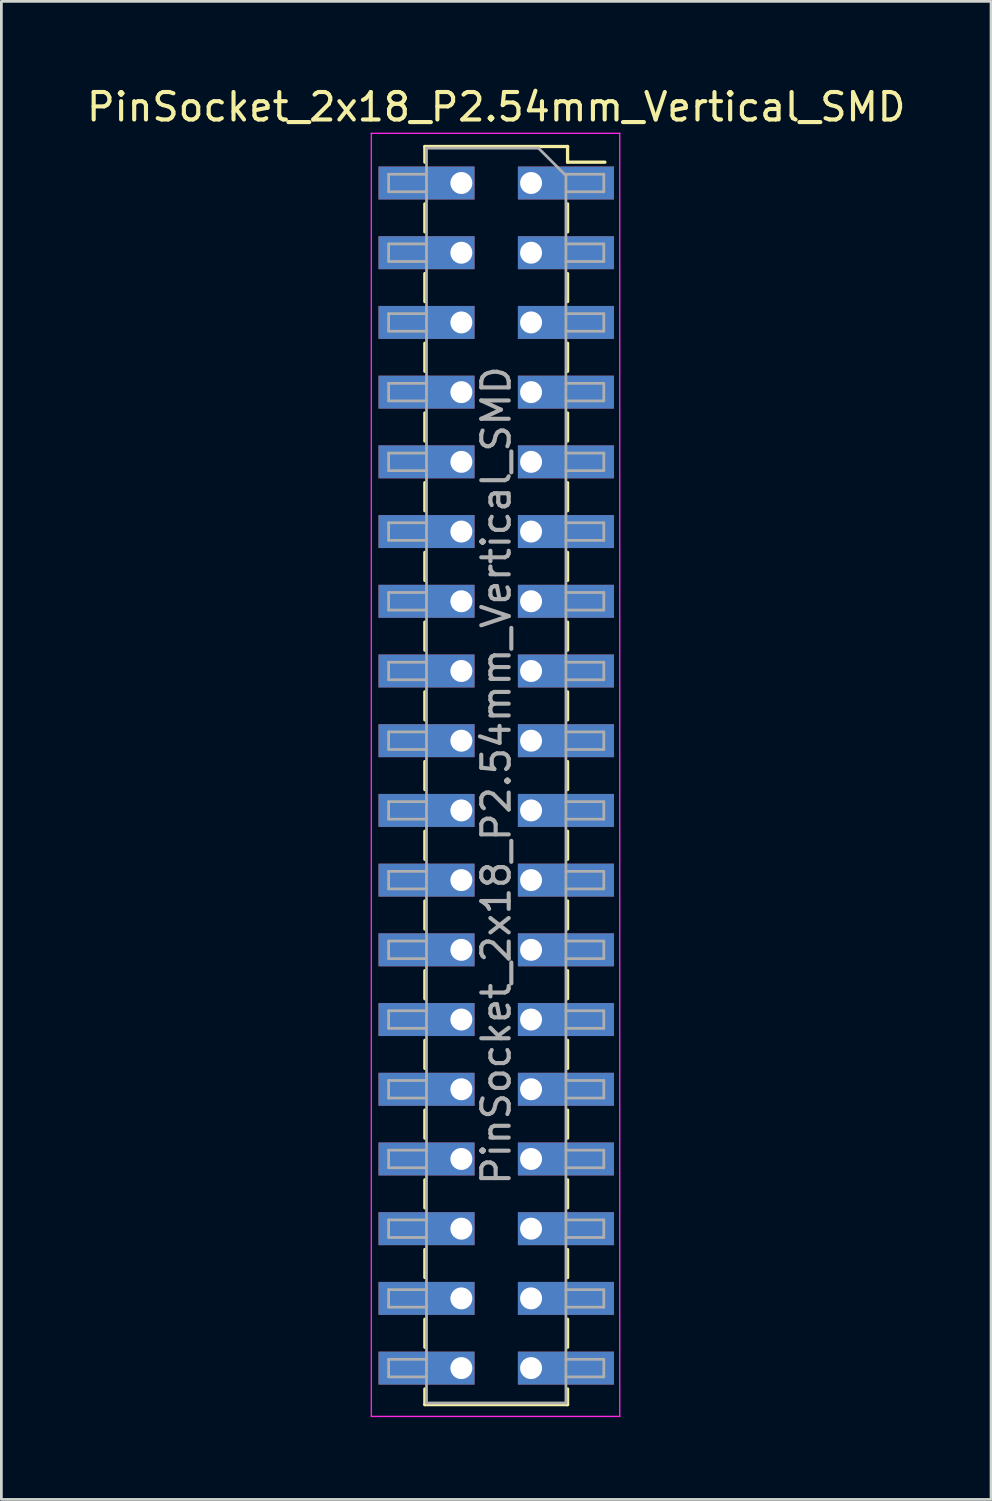
<source format=kicad_pcb>
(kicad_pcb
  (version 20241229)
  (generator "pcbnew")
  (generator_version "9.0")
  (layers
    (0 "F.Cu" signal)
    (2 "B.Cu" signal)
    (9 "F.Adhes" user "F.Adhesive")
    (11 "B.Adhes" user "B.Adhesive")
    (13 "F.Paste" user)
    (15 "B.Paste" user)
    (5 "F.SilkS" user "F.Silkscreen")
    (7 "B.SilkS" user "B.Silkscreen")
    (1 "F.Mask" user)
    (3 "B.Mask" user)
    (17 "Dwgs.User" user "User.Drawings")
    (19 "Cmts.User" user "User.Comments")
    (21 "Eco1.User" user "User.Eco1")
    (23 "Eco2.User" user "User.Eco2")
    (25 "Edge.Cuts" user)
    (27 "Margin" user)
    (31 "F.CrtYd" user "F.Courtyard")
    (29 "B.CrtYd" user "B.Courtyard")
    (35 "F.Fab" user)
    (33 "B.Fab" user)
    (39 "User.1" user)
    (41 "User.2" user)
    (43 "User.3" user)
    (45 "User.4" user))
  (footprint "PinSocket_2x18_P2.54mm_Vertical_SMD"
    (layer "F.Cu")
    (at 15.03 25.208)
    (property "Reference" "PinSocket_2x18_P2.54mm_Vertical_SMD" (at 0 -24.36 0) (layer "F.SilkS") (effects (font (size 1 1) (thickness 0.15))))
    (attr smd)
    (fp_line (start -2.6 -22.92) (end -2.6 -22.35) (stroke (width 0.12) (type solid)) (layer "F.SilkS"))
    (fp_line (start -2.6 -22.92) (end 2.6 -22.92) (stroke (width 0.12) (type solid)) (layer "F.SilkS"))
    (fp_line (start -2.6 -20.83) (end -2.6 -19.81) (stroke (width 0.12) (type solid)) (layer "F.SilkS"))
    (fp_line (start -2.6 -18.29) (end -2.6 -17.27) (stroke (width 0.12) (type solid)) (layer "F.SilkS"))
    (fp_line (start -2.6 -15.75) (end -2.6 -14.73) (stroke (width 0.12) (type solid)) (layer "F.SilkS"))
    (fp_line (start -2.6 -13.21) (end -2.6 -12.19) (stroke (width 0.12) (type solid)) (layer "F.SilkS"))
    (fp_line (start -2.6 -10.67) (end -2.6 -9.65) (stroke (width 0.12) (type solid)) (layer "F.SilkS"))
    (fp_line (start -2.6 -8.13) (end -2.6 -7.11) (stroke (width 0.12) (type solid)) (layer "F.SilkS"))
    (fp_line (start -2.6 -5.59) (end -2.6 -4.57) (stroke (width 0.12) (type solid)) (layer "F.SilkS"))
    (fp_line (start -2.6 -3.05) (end -2.6 -2.03) (stroke (width 0.12) (type solid)) (layer "F.SilkS"))
    (fp_line (start -2.6 -0.51) (end -2.6 0.51) (stroke (width 0.12) (type solid)) (layer "F.SilkS"))
    (fp_line (start -2.6 2.03) (end -2.6 3.05) (stroke (width 0.12) (type solid)) (layer "F.SilkS"))
    (fp_line (start -2.6 4.57) (end -2.6 5.59) (stroke (width 0.12) (type solid)) (layer "F.SilkS"))
    (fp_line (start -2.6 7.11) (end -2.6 8.13) (stroke (width 0.12) (type solid)) (layer "F.SilkS"))
    (fp_line (start -2.6 9.65) (end -2.6 10.67) (stroke (width 0.12) (type solid)) (layer "F.SilkS"))
    (fp_line (start -2.6 12.19) (end -2.6 13.21) (stroke (width 0.12) (type solid)) (layer "F.SilkS"))
    (fp_line (start -2.6 14.73) (end -2.6 15.75) (stroke (width 0.12) (type solid)) (layer "F.SilkS"))
    (fp_line (start -2.6 17.27) (end -2.6 18.29) (stroke (width 0.12) (type solid)) (layer "F.SilkS"))
    (fp_line (start -2.6 19.81) (end -2.6 20.83) (stroke (width 0.12) (type solid)) (layer "F.SilkS"))
    (fp_line (start -2.6 22.35) (end -2.6 22.92) (stroke (width 0.12) (type solid)) (layer "F.SilkS"))
    (fp_line (start -2.6 22.92) (end 2.6 22.92) (stroke (width 0.12) (type solid)) (layer "F.SilkS"))
    (fp_line (start 2.6 -22.92) (end 2.6 -22.35) (stroke (width 0.12) (type solid)) (layer "F.SilkS"))
    (fp_line (start 2.6 -22.35) (end 3.96 -22.35) (stroke (width 0.12) (type solid)) (layer "F.SilkS"))
    (fp_line (start 2.6 -20.83) (end 2.6 -19.81) (stroke (width 0.12) (type solid)) (layer "F.SilkS"))
    (fp_line (start 2.6 -18.29) (end 2.6 -17.27) (stroke (width 0.12) (type solid)) (layer "F.SilkS"))
    (fp_line (start 2.6 -15.75) (end 2.6 -14.73) (stroke (width 0.12) (type solid)) (layer "F.SilkS"))
    (fp_line (start 2.6 -13.21) (end 2.6 -12.19) (stroke (width 0.12) (type solid)) (layer "F.SilkS"))
    (fp_line (start 2.6 -10.67) (end 2.6 -9.65) (stroke (width 0.12) (type solid)) (layer "F.SilkS"))
    (fp_line (start 2.6 -8.13) (end 2.6 -7.11) (stroke (width 0.12) (type solid)) (layer "F.SilkS"))
    (fp_line (start 2.6 -5.59) (end 2.6 -4.57) (stroke (width 0.12) (type solid)) (layer "F.SilkS"))
    (fp_line (start 2.6 -3.05) (end 2.6 -2.03) (stroke (width 0.12) (type solid)) (layer "F.SilkS"))
    (fp_line (start 2.6 -0.51) (end 2.6 0.51) (stroke (width 0.12) (type solid)) (layer "F.SilkS"))
    (fp_line (start 2.6 2.03) (end 2.6 3.05) (stroke (width 0.12) (type solid)) (layer "F.SilkS"))
    (fp_line (start 2.6 4.57) (end 2.6 5.59) (stroke (width 0.12) (type solid)) (layer "F.SilkS"))
    (fp_line (start 2.6 7.11) (end 2.6 8.13) (stroke (width 0.12) (type solid)) (layer "F.SilkS"))
    (fp_line (start 2.6 9.65) (end 2.6 10.67) (stroke (width 0.12) (type solid)) (layer "F.SilkS"))
    (fp_line (start 2.6 12.19) (end 2.6 13.21) (stroke (width 0.12) (type solid)) (layer "F.SilkS"))
    (fp_line (start 2.6 14.73) (end 2.6 15.75) (stroke (width 0.12) (type solid)) (layer "F.SilkS"))
    (fp_line (start 2.6 17.27) (end 2.6 18.29) (stroke (width 0.12) (type solid)) (layer "F.SilkS"))
    (fp_line (start 2.6 19.81) (end 2.6 20.83) (stroke (width 0.12) (type solid)) (layer "F.SilkS"))
    (fp_line (start 2.6 22.35) (end 2.6 22.92) (stroke (width 0.12) (type solid)) (layer "F.SilkS"))
    (fp_line (start -4.55 -23.4) (end 4.5 -23.4) (stroke (width 0.05) (type solid)) (layer "F.CrtYd"))
    (fp_line (start -4.55 23.35) (end -4.55 -23.4) (stroke (width 0.05) (type solid)) (layer "F.CrtYd"))
    (fp_line (start 4.5 -23.4) (end 4.5 23.35) (stroke (width 0.05) (type solid)) (layer "F.CrtYd"))
    (fp_line (start 4.5 23.35) (end -4.55 23.35) (stroke (width 0.05) (type solid)) (layer "F.CrtYd"))
    (fp_line (start -3.92 -21.91) (end -2.54 -21.91) (stroke (width 0.1) (type solid)) (layer "F.Fab"))
    (fp_line (start -3.92 -21.27) (end -3.92 -21.91) (stroke (width 0.1) (type solid)) (layer "F.Fab"))
    (fp_line (start -3.92 -19.37) (end -2.54 -19.37) (stroke (width 0.1) (type solid)) (layer "F.Fab"))
    (fp_line (start -3.92 -18.73) (end -3.92 -19.37) (stroke (width 0.1) (type solid)) (layer "F.Fab"))
    (fp_line (start -3.92 -16.83) (end -2.54 -16.83) (stroke (width 0.1) (type solid)) (layer "F.Fab"))
    (fp_line (start -3.92 -16.19) (end -3.92 -16.83) (stroke (width 0.1) (type solid)) (layer "F.Fab"))
    (fp_line (start -3.92 -14.29) (end -2.54 -14.29) (stroke (width 0.1) (type solid)) (layer "F.Fab"))
    (fp_line (start -3.92 -13.65) (end -3.92 -14.29) (stroke (width 0.1) (type solid)) (layer "F.Fab"))
    (fp_line (start -3.92 -11.75) (end -2.54 -11.75) (stroke (width 0.1) (type solid)) (layer "F.Fab"))
    (fp_line (start -3.92 -11.11) (end -3.92 -11.75) (stroke (width 0.1) (type solid)) (layer "F.Fab"))
    (fp_line (start -3.92 -9.21) (end -2.54 -9.21) (stroke (width 0.1) (type solid)) (layer "F.Fab"))
    (fp_line (start -3.92 -8.57) (end -3.92 -9.21) (stroke (width 0.1) (type solid)) (layer "F.Fab"))
    (fp_line (start -3.92 -6.67) (end -2.54 -6.67) (stroke (width 0.1) (type solid)) (layer "F.Fab"))
    (fp_line (start -3.92 -6.03) (end -3.92 -6.67) (stroke (width 0.1) (type solid)) (layer "F.Fab"))
    (fp_line (start -3.92 -4.13) (end -2.54 -4.13) (stroke (width 0.1) (type solid)) (layer "F.Fab"))
    (fp_line (start -3.92 -3.49) (end -3.92 -4.13) (stroke (width 0.1) (type solid)) (layer "F.Fab"))
    (fp_line (start -3.92 -1.59) (end -2.54 -1.59) (stroke (width 0.1) (type solid)) (layer "F.Fab"))
    (fp_line (start -3.92 -0.95) (end -3.92 -1.59) (stroke (width 0.1) (type solid)) (layer "F.Fab"))
    (fp_line (start -3.92 0.95) (end -2.54 0.95) (stroke (width 0.1) (type solid)) (layer "F.Fab"))
    (fp_line (start -3.92 1.59) (end -3.92 0.95) (stroke (width 0.1) (type solid)) (layer "F.Fab"))
    (fp_line (start -3.92 3.49) (end -2.54 3.49) (stroke (width 0.1) (type solid)) (layer "F.Fab"))
    (fp_line (start -3.92 4.13) (end -3.92 3.49) (stroke (width 0.1) (type solid)) (layer "F.Fab"))
    (fp_line (start -3.92 6.03) (end -2.54 6.03) (stroke (width 0.1) (type solid)) (layer "F.Fab"))
    (fp_line (start -3.92 6.67) (end -3.92 6.03) (stroke (width 0.1) (type solid)) (layer "F.Fab"))
    (fp_line (start -3.92 8.57) (end -2.54 8.57) (stroke (width 0.1) (type solid)) (layer "F.Fab"))
    (fp_line (start -3.92 9.21) (end -3.92 8.57) (stroke (width 0.1) (type solid)) (layer "F.Fab"))
    (fp_line (start -3.92 11.11) (end -2.54 11.11) (stroke (width 0.1) (type solid)) (layer "F.Fab"))
    (fp_line (start -3.92 11.75) (end -3.92 11.11) (stroke (width 0.1) (type solid)) (layer "F.Fab"))
    (fp_line (start -3.92 13.65) (end -2.54 13.65) (stroke (width 0.1) (type solid)) (layer "F.Fab"))
    (fp_line (start -3.92 14.29) (end -3.92 13.65) (stroke (width 0.1) (type solid)) (layer "F.Fab"))
    (fp_line (start -3.92 16.19) (end -2.54 16.19) (stroke (width 0.1) (type solid)) (layer "F.Fab"))
    (fp_line (start -3.92 16.83) (end -3.92 16.19) (stroke (width 0.1) (type solid)) (layer "F.Fab"))
    (fp_line (start -3.92 18.73) (end -2.54 18.73) (stroke (width 0.1) (type solid)) (layer "F.Fab"))
    (fp_line (start -3.92 19.37) (end -3.92 18.73) (stroke (width 0.1) (type solid)) (layer "F.Fab"))
    (fp_line (start -3.92 21.27) (end -2.54 21.27) (stroke (width 0.1) (type solid)) (layer "F.Fab"))
    (fp_line (start -3.92 21.91) (end -3.92 21.27) (stroke (width 0.1) (type solid)) (layer "F.Fab"))
    (fp_line (start -2.54 -22.86) (end 1.54 -22.86) (stroke (width 0.1) (type solid)) (layer "F.Fab"))
    (fp_line (start -2.54 -21.27) (end -3.92 -21.27) (stroke (width 0.1) (type solid)) (layer "F.Fab"))
    (fp_line (start -2.54 -18.73) (end -3.92 -18.73) (stroke (width 0.1) (type solid)) (layer "F.Fab"))
    (fp_line (start -2.54 -16.19) (end -3.92 -16.19) (stroke (width 0.1) (type solid)) (layer "F.Fab"))
    (fp_line (start -2.54 -13.65) (end -3.92 -13.65) (stroke (width 0.1) (type solid)) (layer "F.Fab"))
    (fp_line (start -2.54 -11.11) (end -3.92 -11.11) (stroke (width 0.1) (type solid)) (layer "F.Fab"))
    (fp_line (start -2.54 -8.57) (end -3.92 -8.57) (stroke (width 0.1) (type solid)) (layer "F.Fab"))
    (fp_line (start -2.54 -6.03) (end -3.92 -6.03) (stroke (width 0.1) (type solid)) (layer "F.Fab"))
    (fp_line (start -2.54 -3.49) (end -3.92 -3.49) (stroke (width 0.1) (type solid)) (layer "F.Fab"))
    (fp_line (start -2.54 -0.95) (end -3.92 -0.95) (stroke (width 0.1) (type solid)) (layer "F.Fab"))
    (fp_line (start -2.54 1.59) (end -3.92 1.59) (stroke (width 0.1) (type solid)) (layer "F.Fab"))
    (fp_line (start -2.54 4.13) (end -3.92 4.13) (stroke (width 0.1) (type solid)) (layer "F.Fab"))
    (fp_line (start -2.54 6.67) (end -3.92 6.67) (stroke (width 0.1) (type solid)) (layer "F.Fab"))
    (fp_line (start -2.54 9.21) (end -3.92 9.21) (stroke (width 0.1) (type solid)) (layer "F.Fab"))
    (fp_line (start -2.54 11.75) (end -3.92 11.75) (stroke (width 0.1) (type solid)) (layer "F.Fab"))
    (fp_line (start -2.54 14.29) (end -3.92 14.29) (stroke (width 0.1) (type solid)) (layer "F.Fab"))
    (fp_line (start -2.54 16.83) (end -3.92 16.83) (stroke (width 0.1) (type solid)) (layer "F.Fab"))
    (fp_line (start -2.54 19.37) (end -3.92 19.37) (stroke (width 0.1) (type solid)) (layer "F.Fab"))
    (fp_line (start -2.54 21.91) (end -3.92 21.91) (stroke (width 0.1) (type solid)) (layer "F.Fab"))
    (fp_line (start -2.54 22.86) (end -2.54 -22.86) (stroke (width 0.1) (type solid)) (layer "F.Fab"))
    (fp_line (start 1.54 -22.86) (end 2.54 -21.86) (stroke (width 0.1) (type solid)) (layer "F.Fab"))
    (fp_line (start 2.54 -21.91) (end 3.92 -21.91) (stroke (width 0.1) (type solid)) (layer "F.Fab"))
    (fp_line (start 2.54 -21.86) (end 2.54 22.86) (stroke (width 0.1) (type solid)) (layer "F.Fab"))
    (fp_line (start 2.54 -19.37) (end 3.92 -19.37) (stroke (width 0.1) (type solid)) (layer "F.Fab"))
    (fp_line (start 2.54 -16.83) (end 3.92 -16.83) (stroke (width 0.1) (type solid)) (layer "F.Fab"))
    (fp_line (start 2.54 -14.29) (end 3.92 -14.29) (stroke (width 0.1) (type solid)) (layer "F.Fab"))
    (fp_line (start 2.54 -11.75) (end 3.92 -11.75) (stroke (width 0.1) (type solid)) (layer "F.Fab"))
    (fp_line (start 2.54 -9.21) (end 3.92 -9.21) (stroke (width 0.1) (type solid)) (layer "F.Fab"))
    (fp_line (start 2.54 -6.67) (end 3.92 -6.67) (stroke (width 0.1) (type solid)) (layer "F.Fab"))
    (fp_line (start 2.54 -4.13) (end 3.92 -4.13) (stroke (width 0.1) (type solid)) (layer "F.Fab"))
    (fp_line (start 2.54 -1.59) (end 3.92 -1.59) (stroke (width 0.1) (type solid)) (layer "F.Fab"))
    (fp_line (start 2.54 0.95) (end 3.92 0.95) (stroke (width 0.1) (type solid)) (layer "F.Fab"))
    (fp_line (start 2.54 3.49) (end 3.92 3.49) (stroke (width 0.1) (type solid)) (layer "F.Fab"))
    (fp_line (start 2.54 6.03) (end 3.92 6.03) (stroke (width 0.1) (type solid)) (layer "F.Fab"))
    (fp_line (start 2.54 8.57) (end 3.92 8.57) (stroke (width 0.1) (type solid)) (layer "F.Fab"))
    (fp_line (start 2.54 11.11) (end 3.92 11.11) (stroke (width 0.1) (type solid)) (layer "F.Fab"))
    (fp_line (start 2.54 13.65) (end 3.92 13.65) (stroke (width 0.1) (type solid)) (layer "F.Fab"))
    (fp_line (start 2.54 16.19) (end 3.92 16.19) (stroke (width 0.1) (type solid)) (layer "F.Fab"))
    (fp_line (start 2.54 18.73) (end 3.92 18.73) (stroke (width 0.1) (type solid)) (layer "F.Fab"))
    (fp_line (start 2.54 21.27) (end 3.92 21.27) (stroke (width 0.1) (type solid)) (layer "F.Fab"))
    (fp_line (start 2.54 22.86) (end -2.54 22.86) (stroke (width 0.1) (type solid)) (layer "F.Fab"))
    (fp_line (start 3.92 -21.91) (end 3.92 -21.27) (stroke (width 0.1) (type solid)) (layer "F.Fab"))
    (fp_line (start 3.92 -21.27) (end 2.54 -21.27) (stroke (width 0.1) (type solid)) (layer "F.Fab"))
    (fp_line (start 3.92 -19.37) (end 3.92 -18.73) (stroke (width 0.1) (type solid)) (layer "F.Fab"))
    (fp_line (start 3.92 -18.73) (end 2.54 -18.73) (stroke (width 0.1) (type solid)) (layer "F.Fab"))
    (fp_line (start 3.92 -16.83) (end 3.92 -16.19) (stroke (width 0.1) (type solid)) (layer "F.Fab"))
    (fp_line (start 3.92 -16.19) (end 2.54 -16.19) (stroke (width 0.1) (type solid)) (layer "F.Fab"))
    (fp_line (start 3.92 -14.29) (end 3.92 -13.65) (stroke (width 0.1) (type solid)) (layer "F.Fab"))
    (fp_line (start 3.92 -13.65) (end 2.54 -13.65) (stroke (width 0.1) (type solid)) (layer "F.Fab"))
    (fp_line (start 3.92 -11.75) (end 3.92 -11.11) (stroke (width 0.1) (type solid)) (layer "F.Fab"))
    (fp_line (start 3.92 -11.11) (end 2.54 -11.11) (stroke (width 0.1) (type solid)) (layer "F.Fab"))
    (fp_line (start 3.92 -9.21) (end 3.92 -8.57) (stroke (width 0.1) (type solid)) (layer "F.Fab"))
    (fp_line (start 3.92 -8.57) (end 2.54 -8.57) (stroke (width 0.1) (type solid)) (layer "F.Fab"))
    (fp_line (start 3.92 -6.67) (end 3.92 -6.03) (stroke (width 0.1) (type solid)) (layer "F.Fab"))
    (fp_line (start 3.92 -6.03) (end 2.54 -6.03) (stroke (width 0.1) (type solid)) (layer "F.Fab"))
    (fp_line (start 3.92 -4.13) (end 3.92 -3.49) (stroke (width 0.1) (type solid)) (layer "F.Fab"))
    (fp_line (start 3.92 -3.49) (end 2.54 -3.49) (stroke (width 0.1) (type solid)) (layer "F.Fab"))
    (fp_line (start 3.92 -1.59) (end 3.92 -0.95) (stroke (width 0.1) (type solid)) (layer "F.Fab"))
    (fp_line (start 3.92 -0.95) (end 2.54 -0.95) (stroke (width 0.1) (type solid)) (layer "F.Fab"))
    (fp_line (start 3.92 0.95) (end 3.92 1.59) (stroke (width 0.1) (type solid)) (layer "F.Fab"))
    (fp_line (start 3.92 1.59) (end 2.54 1.59) (stroke (width 0.1) (type solid)) (layer "F.Fab"))
    (fp_line (start 3.92 3.49) (end 3.92 4.13) (stroke (width 0.1) (type solid)) (layer "F.Fab"))
    (fp_line (start 3.92 4.13) (end 2.54 4.13) (stroke (width 0.1) (type solid)) (layer "F.Fab"))
    (fp_line (start 3.92 6.03) (end 3.92 6.67) (stroke (width 0.1) (type solid)) (layer "F.Fab"))
    (fp_line (start 3.92 6.67) (end 2.54 6.67) (stroke (width 0.1) (type solid)) (layer "F.Fab"))
    (fp_line (start 3.92 8.57) (end 3.92 9.21) (stroke (width 0.1) (type solid)) (layer "F.Fab"))
    (fp_line (start 3.92 9.21) (end 2.54 9.21) (stroke (width 0.1) (type solid)) (layer "F.Fab"))
    (fp_line (start 3.92 11.11) (end 3.92 11.75) (stroke (width 0.1) (type solid)) (layer "F.Fab"))
    (fp_line (start 3.92 11.75) (end 2.54 11.75) (stroke (width 0.1) (type solid)) (layer "F.Fab"))
    (fp_line (start 3.92 13.65) (end 3.92 14.29) (stroke (width 0.1) (type solid)) (layer "F.Fab"))
    (fp_line (start 3.92 14.29) (end 2.54 14.29) (stroke (width 0.1) (type solid)) (layer "F.Fab"))
    (fp_line (start 3.92 16.19) (end 3.92 16.83) (stroke (width 0.1) (type solid)) (layer "F.Fab"))
    (fp_line (start 3.92 16.83) (end 2.54 16.83) (stroke (width 0.1) (type solid)) (layer "F.Fab"))
    (fp_line (start 3.92 18.73) (end 3.92 19.37) (stroke (width 0.1) (type solid)) (layer "F.Fab"))
    (fp_line (start 3.92 19.37) (end 2.54 19.37) (stroke (width 0.1) (type solid)) (layer "F.Fab"))
    (fp_line (start 3.92 21.27) (end 3.92 21.91) (stroke (width 0.1) (type solid)) (layer "F.Fab"))
    (fp_line (start 3.92 21.91) (end 2.54 21.91) (stroke (width 0.1) (type solid)) (layer "F.Fab"))
    (fp_text user "${REFERENCE}" (at 0 0 90) (layer "F.Fab") (effects (font (size 1 1) (thickness 0.15))))
    (pad "1" thru_hole rect (at 1.27 -21.59) (size 3.5 1.2) (drill 0.8 (offset 1.27 0)) (layers "*.Cu" "*.Mask"))
    (pad "2" thru_hole rect (at -1.27 -21.59 180) (size 3.5 1.2) (drill 0.8 (offset 1.27 0)) (layers "*.Cu" "*.Mask"))
    (pad "3" thru_hole rect (at 1.27 -19.05) (size 3.5 1.2) (drill 0.8 (offset 1.27 0)) (layers "*.Cu" "*.Mask"))
    (pad "4" thru_hole rect (at -1.27 -19.05 180) (size 3.5 1.2) (drill 0.8 (offset 1.27 0)) (layers "*.Cu" "*.Mask"))
    (pad "5" thru_hole rect (at 1.27 -16.51) (size 3.5 1.2) (drill 0.8 (offset 1.27 0)) (layers "*.Cu" "*.Mask"))
    (pad "6" thru_hole rect (at -1.27 -16.51 180) (size 3.5 1.2) (drill 0.8 (offset 1.27 0)) (layers "*.Cu" "*.Mask"))
    (pad "7" thru_hole rect (at 1.27 -13.97) (size 3.5 1.2) (drill 0.8 (offset 1.27 0)) (layers "*.Cu" "*.Mask"))
    (pad "8" thru_hole rect (at -1.27 -13.97 180) (size 3.5 1.2) (drill 0.8 (offset 1.27 0)) (layers "*.Cu" "*.Mask"))
    (pad "9" thru_hole rect (at 1.27 -11.43) (size 3.5 1.2) (drill 0.8 (offset 1.27 0)) (layers "*.Cu" "*.Mask"))
    (pad "10" thru_hole rect (at -1.27 -11.43 180) (size 3.5 1.2) (drill 0.8 (offset 1.27 0)) (layers "*.Cu" "*.Mask"))
    (pad "11" thru_hole rect (at 1.27 -8.89) (size 3.5 1.2) (drill 0.8 (offset 1.27 0)) (layers "*.Cu" "*.Mask"))
    (pad "12" thru_hole rect (at -1.27 -8.89 180) (size 3.5 1.2) (drill 0.8 (offset 1.27 0)) (layers "*.Cu" "*.Mask"))
    (pad "13" thru_hole rect (at 1.27 -6.35) (size 3.5 1.2) (drill 0.8 (offset 1.27 0)) (layers "*.Cu" "*.Mask"))
    (pad "14" thru_hole rect (at -1.27 -6.35 180) (size 3.5 1.2) (drill 0.8 (offset 1.27 0)) (layers "*.Cu" "*.Mask"))
    (pad "15" thru_hole rect (at 1.27 -3.81) (size 3.5 1.2) (drill 0.8 (offset 1.27 0)) (layers "*.Cu" "*.Mask"))
    (pad "16" thru_hole rect (at -1.27 -3.81 180) (size 3.5 1.2) (drill 0.8 (offset 1.27 0)) (layers "*.Cu" "*.Mask"))
    (pad "17" thru_hole rect (at 1.27 -1.27) (size 3.5 1.2) (drill 0.8 (offset 1.27 0)) (layers "*.Cu" "*.Mask"))
    (pad "18" thru_hole rect (at -1.27 -1.27 180) (size 3.5 1.2) (drill 0.8 (offset 1.27 0)) (layers "*.Cu" "*.Mask"))
    (pad "19" thru_hole rect (at 1.27 1.27) (size 3.5 1.2) (drill 0.8 (offset 1.27 0)) (layers "*.Cu" "*.Mask"))
    (pad "20" thru_hole rect (at -1.27 1.27 180) (size 3.5 1.2) (drill 0.8 (offset 1.27 0)) (layers "*.Cu" "*.Mask"))
    (pad "21" thru_hole rect (at 1.27 3.81) (size 3.5 1.2) (drill 0.8 (offset 1.27 0)) (layers "*.Cu" "*.Mask"))
    (pad "22" thru_hole rect (at -1.27 3.81 180) (size 3.5 1.2) (drill 0.8 (offset 1.27 0)) (layers "*.Cu" "*.Mask"))
    (pad "23" thru_hole rect (at 1.27 6.35) (size 3.5 1.2) (drill 0.8 (offset 1.27 0)) (layers "*.Cu" "*.Mask"))
    (pad "24" thru_hole rect (at -1.27 6.35 180) (size 3.5 1.2) (drill 0.8 (offset 1.27 0)) (layers "*.Cu" "*.Mask"))
    (pad "25" thru_hole rect (at 1.27 8.89) (size 3.5 1.2) (drill 0.8 (offset 1.27 0)) (layers "*.Cu" "*.Mask"))
    (pad "26" thru_hole rect (at -1.27 8.89 180) (size 3.5 1.2) (drill 0.8 (offset 1.27 0)) (layers "*.Cu" "*.Mask"))
    (pad "27" thru_hole rect (at 1.27 11.43) (size 3.5 1.2) (drill 0.8 (offset 1.27 0)) (layers "*.Cu" "*.Mask"))
    (pad "28" thru_hole rect (at -1.27 11.43 180) (size 3.5 1.2) (drill 0.8 (offset 1.27 0)) (layers "*.Cu" "*.Mask"))
    (pad "29" thru_hole rect (at 1.27 13.97) (size 3.5 1.2) (drill 0.8 (offset 1.27 0)) (layers "*.Cu" "*.Mask"))
    (pad "30" thru_hole rect (at -1.27 13.97 180) (size 3.5 1.2) (drill 0.8 (offset 1.27 0)) (layers "*.Cu" "*.Mask"))
    (pad "31" thru_hole rect (at 1.27 16.51) (size 3.5 1.2) (drill 0.8 (offset 1.27 0)) (layers "*.Cu" "*.Mask"))
    (pad "32" thru_hole rect (at -1.27 16.51 180) (size 3.5 1.2) (drill 0.8 (offset 1.27 0)) (layers "*.Cu" "*.Mask"))
    (pad "33" thru_hole rect (at 1.27 19.05) (size 3.5 1.2) (drill 0.8 (offset 1.27 0)) (layers "*.Cu" "*.Mask"))
    (pad "34" thru_hole rect (at -1.27 19.05 180) (size 3.5 1.2) (drill 0.8 (offset 1.27 0)) (layers "*.Cu" "*.Mask"))
    (pad "35" thru_hole rect (at 1.27 21.59) (size 3.5 1.2) (drill 0.8 (offset 1.27 0)) (layers "*.Cu" "*.Mask"))
    (pad "36" thru_hole rect (at -1.27 21.59 180) (size 3.5 1.2) (drill 0.8 (offset 1.27 0)) (layers "*.Cu" "*.Mask")))
  (gr_rect
    (start -3 -3)
    (end 33.06 51.583)
    (stroke (width 0.1) (type default))
    (fill no)
    (layer "Edge.Cuts")))
</source>
